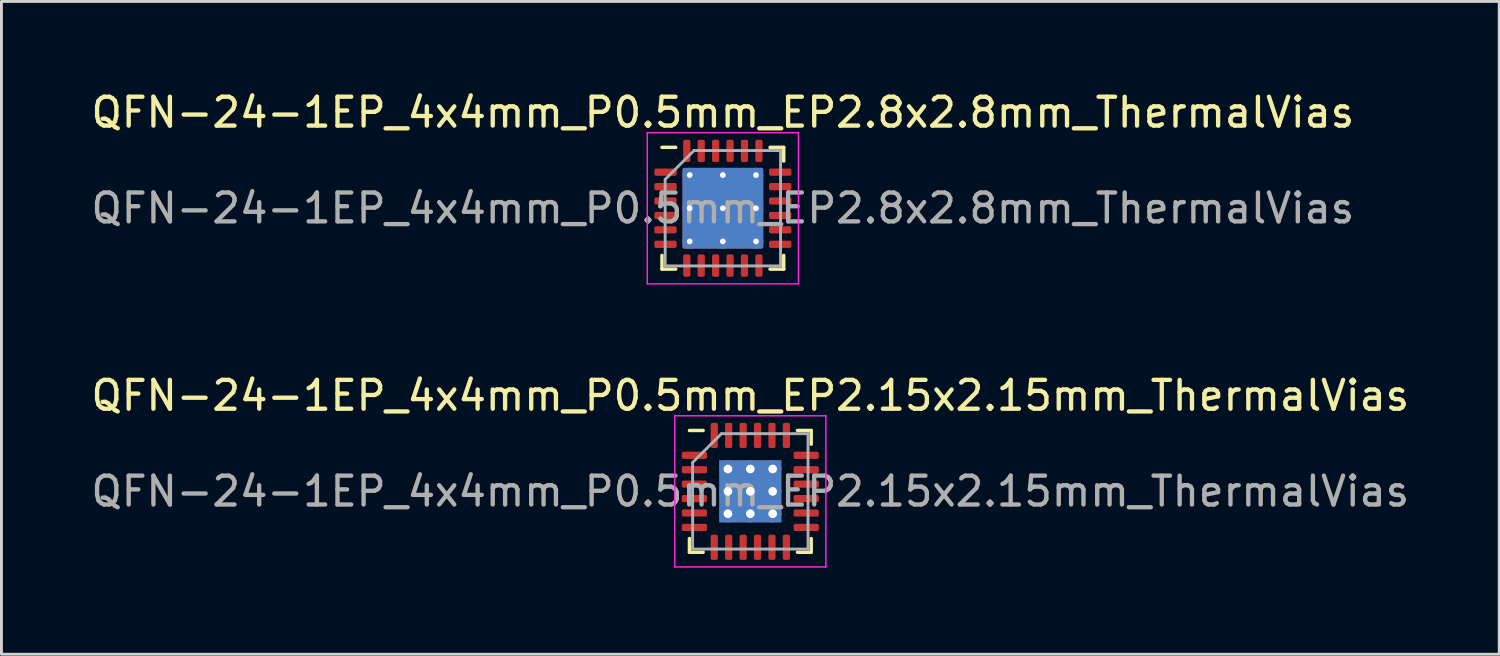
<source format=kicad_pcb>
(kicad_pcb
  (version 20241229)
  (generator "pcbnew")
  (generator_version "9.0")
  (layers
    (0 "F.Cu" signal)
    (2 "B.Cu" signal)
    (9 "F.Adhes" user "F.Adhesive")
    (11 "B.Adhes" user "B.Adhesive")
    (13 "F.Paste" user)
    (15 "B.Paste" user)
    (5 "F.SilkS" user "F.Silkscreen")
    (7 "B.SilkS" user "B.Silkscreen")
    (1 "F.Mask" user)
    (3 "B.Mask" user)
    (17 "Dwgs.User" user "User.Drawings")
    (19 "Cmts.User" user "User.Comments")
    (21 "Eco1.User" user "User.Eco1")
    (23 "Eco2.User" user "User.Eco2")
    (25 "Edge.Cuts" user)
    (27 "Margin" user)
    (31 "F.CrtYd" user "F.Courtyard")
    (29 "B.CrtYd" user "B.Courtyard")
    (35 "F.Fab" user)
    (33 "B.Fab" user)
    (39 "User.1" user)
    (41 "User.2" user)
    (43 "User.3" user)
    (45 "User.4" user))
  (footprint "QFN-24-1EP_4x4mm_P0.5mm_EP2.8x2.8mm_ThermalVias"
    (layer "F.Cu")
    (at 22.006 4.168)
    (property "Reference" "QFN-24-1EP_4x4mm_P0.5mm_EP2.8x2.8mm_ThermalVias" (at 0 -3.32 0) (layer "F.SilkS") (effects (font (size 1 1) (thickness 0.15))))
    (attr smd)
    (fp_line (start -2.11 2.11) (end -2.11 1.635) (stroke (width 0.12) (type solid)) (layer "F.SilkS"))
    (fp_line (start -1.635 -2.11) (end -2.11 -2.11) (stroke (width 0.12) (type solid)) (layer "F.SilkS"))
    (fp_line (start -1.635 2.11) (end -2.11 2.11) (stroke (width 0.12) (type solid)) (layer "F.SilkS"))
    (fp_line (start 1.635 -2.11) (end 2.11 -2.11) (stroke (width 0.12) (type solid)) (layer "F.SilkS"))
    (fp_line (start 1.635 2.11) (end 2.11 2.11) (stroke (width 0.12) (type solid)) (layer "F.SilkS"))
    (fp_line (start 2.11 -2.11) (end 2.11 -1.635) (stroke (width 0.12) (type solid)) (layer "F.SilkS"))
    (fp_line (start 2.11 2.11) (end 2.11 1.635) (stroke (width 0.12) (type solid)) (layer "F.SilkS"))
    (fp_line (start -2.62 -2.62) (end -2.62 2.62) (stroke (width 0.05) (type solid)) (layer "F.CrtYd"))
    (fp_line (start -2.62 2.62) (end 2.62 2.62) (stroke (width 0.05) (type solid)) (layer "F.CrtYd"))
    (fp_line (start 2.62 -2.62) (end -2.62 -2.62) (stroke (width 0.05) (type solid)) (layer "F.CrtYd"))
    (fp_line (start 2.62 2.62) (end 2.62 -2.62) (stroke (width 0.05) (type solid)) (layer "F.CrtYd"))
    (fp_line (start -2 -1) (end -1 -2) (stroke (width 0.1) (type solid)) (layer "F.Fab"))
    (fp_line (start -2 2) (end -2 -1) (stroke (width 0.1) (type solid)) (layer "F.Fab"))
    (fp_line (start -1 -2) (end 2 -2) (stroke (width 0.1) (type solid)) (layer "F.Fab"))
    (fp_line (start 2 -2) (end 2 2) (stroke (width 0.1) (type solid)) (layer "F.Fab"))
    (fp_line (start 2 2) (end -2 2) (stroke (width 0.1) (type solid)) (layer "F.Fab"))
    (fp_text user "${REFERENCE}" (at 0 0 0) (layer "F.Fab") (effects (font (size 1 1) (thickness 0.15))))
    (pad "" smd roundrect (at -0.7 -0.7) (size 1.21 1.21) (layers "F.Paste") (roundrect_rratio 0.207))
    (pad "" smd roundrect (at -0.7 0.7) (size 1.21 1.21) (layers "F.Paste") (roundrect_rratio 0.207))
    (pad "" smd roundrect (at 0.7 -0.7) (size 1.21 1.21) (layers "F.Paste") (roundrect_rratio 0.207))
    (pad "" smd roundrect (at 0.7 0.7) (size 1.21 1.21) (layers "F.Paste") (roundrect_rratio 0.207))
    (pad "1" smd roundrect (at -1.988 -1.25) (size 0.775 0.25) (layers "F.Cu" "F.Mask" "F.Paste") (roundrect_rratio 0.25))
    (pad "2" smd roundrect (at -1.988 -0.75) (size 0.775 0.25) (layers "F.Cu" "F.Mask" "F.Paste") (roundrect_rratio 0.25))
    (pad "3" smd roundrect (at -1.988 -0.25) (size 0.775 0.25) (layers "F.Cu" "F.Mask" "F.Paste") (roundrect_rratio 0.25))
    (pad "4" smd roundrect (at -1.988 0.25) (size 0.775 0.25) (layers "F.Cu" "F.Mask" "F.Paste") (roundrect_rratio 0.25))
    (pad "5" smd roundrect (at -1.988 0.75) (size 0.775 0.25) (layers "F.Cu" "F.Mask" "F.Paste") (roundrect_rratio 0.25))
    (pad "6" smd roundrect (at -1.988 1.25) (size 0.775 0.25) (layers "F.Cu" "F.Mask" "F.Paste") (roundrect_rratio 0.25))
    (pad "7" smd roundrect (at -1.25 1.988) (size 0.25 0.775) (layers "F.Cu" "F.Mask" "F.Paste") (roundrect_rratio 0.25))
    (pad "8" smd roundrect (at -0.75 1.988) (size 0.25 0.775) (layers "F.Cu" "F.Mask" "F.Paste") (roundrect_rratio 0.25))
    (pad "9" smd roundrect (at -0.25 1.988) (size 0.25 0.775) (layers "F.Cu" "F.Mask" "F.Paste") (roundrect_rratio 0.25))
    (pad "10" smd roundrect (at 0.25 1.988) (size 0.25 0.775) (layers "F.Cu" "F.Mask" "F.Paste") (roundrect_rratio 0.25))
    (pad "11" smd roundrect (at 0.75 1.988) (size 0.25 0.775) (layers "F.Cu" "F.Mask" "F.Paste") (roundrect_rratio 0.25))
    (pad "12" smd roundrect (at 1.25 1.988) (size 0.25 0.775) (layers "F.Cu" "F.Mask" "F.Paste") (roundrect_rratio 0.25))
    (pad "13" smd roundrect (at 1.988 1.25) (size 0.775 0.25) (layers "F.Cu" "F.Mask" "F.Paste") (roundrect_rratio 0.25))
    (pad "14" smd roundrect (at 1.988 0.75) (size 0.775 0.25) (layers "F.Cu" "F.Mask" "F.Paste") (roundrect_rratio 0.25))
    (pad "15" smd roundrect (at 1.988 0.25) (size 0.775 0.25) (layers "F.Cu" "F.Mask" "F.Paste") (roundrect_rratio 0.25))
    (pad "16" smd roundrect (at 1.988 -0.25) (size 0.775 0.25) (layers "F.Cu" "F.Mask" "F.Paste") (roundrect_rratio 0.25))
    (pad "17" smd roundrect (at 1.988 -0.75) (size 0.775 0.25) (layers "F.Cu" "F.Mask" "F.Paste") (roundrect_rratio 0.25))
    (pad "18" smd roundrect (at 1.988 -1.25) (size 0.775 0.25) (layers "F.Cu" "F.Mask" "F.Paste") (roundrect_rratio 0.25))
    (pad "19" smd roundrect (at 1.25 -1.988) (size 0.25 0.775) (layers "F.Cu" "F.Mask" "F.Paste") (roundrect_rratio 0.25))
    (pad "20" smd roundrect (at 0.75 -1.988) (size 0.25 0.775) (layers "F.Cu" "F.Mask" "F.Paste") (roundrect_rratio 0.25))
    (pad "21" smd roundrect (at 0.25 -1.988) (size 0.25 0.775) (layers "F.Cu" "F.Mask" "F.Paste") (roundrect_rratio 0.25))
    (pad "22" smd roundrect (at -0.25 -1.988) (size 0.25 0.775) (layers "F.Cu" "F.Mask" "F.Paste") (roundrect_rratio 0.25))
    (pad "23" smd roundrect (at -0.75 -1.988) (size 0.25 0.775) (layers "F.Cu" "F.Mask" "F.Paste") (roundrect_rratio 0.25))
    (pad "24" smd roundrect (at -1.25 -1.988) (size 0.25 0.775) (layers "F.Cu" "F.Mask" "F.Paste") (roundrect_rratio 0.25))
    (pad "25" thru_hole circle (at -1.15 -1.15) (size 0.5 0.5) (drill 0.2) (layers "*.Cu"))
    (pad "25" thru_hole circle (at -1.15 0) (size 0.5 0.5) (drill 0.2) (layers "*.Cu"))
    (pad "25" thru_hole circle (at -1.15 1.15) (size 0.5 0.5) (drill 0.2) (layers "*.Cu"))
    (pad "25" thru_hole circle (at 0 -1.15) (size 0.5 0.5) (drill 0.2) (layers "*.Cu"))
    (pad "25" thru_hole circle (at 0 0) (size 0.5 0.5) (drill 0.2) (layers "*.Cu"))
    (pad "25" smd roundrect (at 0 0) (size 2.8 2.8) (layers "F.Cu" "F.Mask") (roundrect_rratio 0.022))
    (pad "25" smd roundrect (at 0 0) (size 2.8 2.8) (layers "B.Cu") (roundrect_rratio 0.022))
    (pad "25" thru_hole circle (at 0 1.15) (size 0.5 0.5) (drill 0.2) (layers "*.Cu"))
    (pad "25" thru_hole circle (at 1.15 -1.15) (size 0.5 0.5) (drill 0.2) (layers "*.Cu"))
    (pad "25" thru_hole circle (at 1.15 0) (size 0.5 0.5) (drill 0.2) (layers "*.Cu"))
    (pad "25" thru_hole circle (at 1.15 1.15) (size 0.5 0.5) (drill 0.2) (layers "*.Cu")))
  (footprint "QFN-24-1EP_4x4mm_P0.5mm_EP2.15x2.15mm_ThermalVias"
    (layer "F.Cu")
    (at 22.958 13.982)
    (property "Reference" "QFN-24-1EP_4x4mm_P0.5mm_EP2.15x2.15mm_ThermalVias" (at 0 -3.32 0) (layer "F.SilkS") (effects (font (size 1 1) (thickness 0.15))))
    (attr smd)
    (fp_line (start -2.11 2.11) (end -2.11 1.635) (stroke (width 0.12) (type solid)) (layer "F.SilkS"))
    (fp_line (start -1.635 -2.11) (end -2.11 -2.11) (stroke (width 0.12) (type solid)) (layer "F.SilkS"))
    (fp_line (start -1.635 2.11) (end -2.11 2.11) (stroke (width 0.12) (type solid)) (layer "F.SilkS"))
    (fp_line (start 1.635 -2.11) (end 2.11 -2.11) (stroke (width 0.12) (type solid)) (layer "F.SilkS"))
    (fp_line (start 1.635 2.11) (end 2.11 2.11) (stroke (width 0.12) (type solid)) (layer "F.SilkS"))
    (fp_line (start 2.11 -2.11) (end 2.11 -1.635) (stroke (width 0.12) (type solid)) (layer "F.SilkS"))
    (fp_line (start 2.11 2.11) (end 2.11 1.635) (stroke (width 0.12) (type solid)) (layer "F.SilkS"))
    (fp_line (start -2.62 -2.62) (end -2.62 2.62) (stroke (width 0.05) (type solid)) (layer "F.CrtYd"))
    (fp_line (start -2.62 2.62) (end 2.62 2.62) (stroke (width 0.05) (type solid)) (layer "F.CrtYd"))
    (fp_line (start 2.62 -2.62) (end -2.62 -2.62) (stroke (width 0.05) (type solid)) (layer "F.CrtYd"))
    (fp_line (start 2.62 2.62) (end 2.62 -2.62) (stroke (width 0.05) (type solid)) (layer "F.CrtYd"))
    (fp_line (start -2 -1) (end -1 -2) (stroke (width 0.1) (type solid)) (layer "F.Fab"))
    (fp_line (start -2 2) (end -2 -1) (stroke (width 0.1) (type solid)) (layer "F.Fab"))
    (fp_line (start -1 -2) (end 2 -2) (stroke (width 0.1) (type solid)) (layer "F.Fab"))
    (fp_line (start 2 -2) (end 2 2) (stroke (width 0.1) (type solid)) (layer "F.Fab"))
    (fp_line (start 2 2) (end -2 2) (stroke (width 0.1) (type solid)) (layer "F.Fab"))
    (fp_text user "${REFERENCE}" (at 0 0 0) (layer "F.Fab") (effects (font (size 1 1) (thickness 0.15))))
    (pad "" smd roundrect (at -0.54 -0.54) (size 0.93 0.93) (layers "F.Paste") (roundrect_rratio 0.25))
    (pad "" smd roundrect (at -0.54 0.54) (size 0.93 0.93) (layers "F.Paste") (roundrect_rratio 0.25))
    (pad "" smd roundrect (at 0.54 -0.54) (size 0.93 0.93) (layers "F.Paste") (roundrect_rratio 0.25))
    (pad "" smd roundrect (at 0.54 0.54) (size 0.93 0.93) (layers "F.Paste") (roundrect_rratio 0.25))
    (pad "1" smd roundrect (at -1.938 -1.25) (size 0.875 0.25) (layers "F.Cu" "F.Mask" "F.Paste") (roundrect_rratio 0.25))
    (pad "2" smd roundrect (at -1.938 -0.75) (size 0.875 0.25) (layers "F.Cu" "F.Mask" "F.Paste") (roundrect_rratio 0.25))
    (pad "3" smd roundrect (at -1.938 -0.25) (size 0.875 0.25) (layers "F.Cu" "F.Mask" "F.Paste") (roundrect_rratio 0.25))
    (pad "4" smd roundrect (at -1.938 0.25) (size 0.875 0.25) (layers "F.Cu" "F.Mask" "F.Paste") (roundrect_rratio 0.25))
    (pad "5" smd roundrect (at -1.938 0.75) (size 0.875 0.25) (layers "F.Cu" "F.Mask" "F.Paste") (roundrect_rratio 0.25))
    (pad "6" smd roundrect (at -1.938 1.25) (size 0.875 0.25) (layers "F.Cu" "F.Mask" "F.Paste") (roundrect_rratio 0.25))
    (pad "7" smd roundrect (at -1.25 1.938) (size 0.25 0.875) (layers "F.Cu" "F.Mask" "F.Paste") (roundrect_rratio 0.25))
    (pad "8" smd roundrect (at -0.75 1.938) (size 0.25 0.875) (layers "F.Cu" "F.Mask" "F.Paste") (roundrect_rratio 0.25))
    (pad "9" smd roundrect (at -0.25 1.938) (size 0.25 0.875) (layers "F.Cu" "F.Mask" "F.Paste") (roundrect_rratio 0.25))
    (pad "10" smd roundrect (at 0.25 1.938) (size 0.25 0.875) (layers "F.Cu" "F.Mask" "F.Paste") (roundrect_rratio 0.25))
    (pad "11" smd roundrect (at 0.75 1.938) (size 0.25 0.875) (layers "F.Cu" "F.Mask" "F.Paste") (roundrect_rratio 0.25))
    (pad "12" smd roundrect (at 1.25 1.938) (size 0.25 0.875) (layers "F.Cu" "F.Mask" "F.Paste") (roundrect_rratio 0.25))
    (pad "13" smd roundrect (at 1.938 1.25) (size 0.875 0.25) (layers "F.Cu" "F.Mask" "F.Paste") (roundrect_rratio 0.25))
    (pad "14" smd roundrect (at 1.938 0.75) (size 0.875 0.25) (layers "F.Cu" "F.Mask" "F.Paste") (roundrect_rratio 0.25))
    (pad "15" smd roundrect (at 1.938 0.25) (size 0.875 0.25) (layers "F.Cu" "F.Mask" "F.Paste") (roundrect_rratio 0.25))
    (pad "16" smd roundrect (at 1.938 -0.25) (size 0.875 0.25) (layers "F.Cu" "F.Mask" "F.Paste") (roundrect_rratio 0.25))
    (pad "17" smd roundrect (at 1.938 -0.75) (size 0.875 0.25) (layers "F.Cu" "F.Mask" "F.Paste") (roundrect_rratio 0.25))
    (pad "18" smd roundrect (at 1.938 -1.25) (size 0.875 0.25) (layers "F.Cu" "F.Mask" "F.Paste") (roundrect_rratio 0.25))
    (pad "19" smd roundrect (at 1.25 -1.938) (size 0.25 0.875) (layers "F.Cu" "F.Mask" "F.Paste") (roundrect_rratio 0.25))
    (pad "20" smd roundrect (at 0.75 -1.938) (size 0.25 0.875) (layers "F.Cu" "F.Mask" "F.Paste") (roundrect_rratio 0.25))
    (pad "21" smd roundrect (at 0.25 -1.938) (size 0.25 0.875) (layers "F.Cu" "F.Mask" "F.Paste") (roundrect_rratio 0.25))
    (pad "22" smd roundrect (at -0.25 -1.938) (size 0.25 0.875) (layers "F.Cu" "F.Mask" "F.Paste") (roundrect_rratio 0.25))
    (pad "23" smd roundrect (at -0.75 -1.938) (size 0.25 0.875) (layers "F.Cu" "F.Mask" "F.Paste") (roundrect_rratio 0.25))
    (pad "24" smd roundrect (at -1.25 -1.938) (size 0.25 0.875) (layers "F.Cu" "F.Mask" "F.Paste") (roundrect_rratio 0.25))
    (pad "25" thru_hole circle (at -0.775 -0.775) (size 0.6 0.6) (drill 0.3) (layers "*.Cu"))
    (pad "25" thru_hole circle (at -0.775 0) (size 0.6 0.6) (drill 0.3) (layers "*.Cu"))
    (pad "25" thru_hole circle (at -0.775 0.775) (size 0.6 0.6) (drill 0.3) (layers "*.Cu"))
    (pad "25" thru_hole circle (at 0 -0.775) (size 0.6 0.6) (drill 0.3) (layers "*.Cu"))
    (pad "25" thru_hole circle (at 0 0) (size 0.6 0.6) (drill 0.3) (layers "*.Cu"))
    (pad "25" smd rect (at 0 0) (size 2.15 2.15) (layers "F.Cu" "F.Mask"))
    (pad "25" smd rect (at 0 0) (size 2.15 2.15) (layers "B.Cu"))
    (pad "25" thru_hole circle (at 0 0.775) (size 0.6 0.6) (drill 0.3) (layers "*.Cu"))
    (pad "25" thru_hole circle (at 0.775 -0.775) (size 0.6 0.6) (drill 0.3) (layers "*.Cu"))
    (pad "25" thru_hole circle (at 0.775 0) (size 0.6 0.6) (drill 0.3) (layers "*.Cu"))
    (pad "25" thru_hole circle (at 0.775 0.775) (size 0.6 0.6) (drill 0.3) (layers "*.Cu")))
  (gr_rect
    (start -3 -3)
    (end 48.917 19.627)
    (stroke (width 0.1) (type default))
    (fill no)
    (layer "Edge.Cuts")))
</source>
